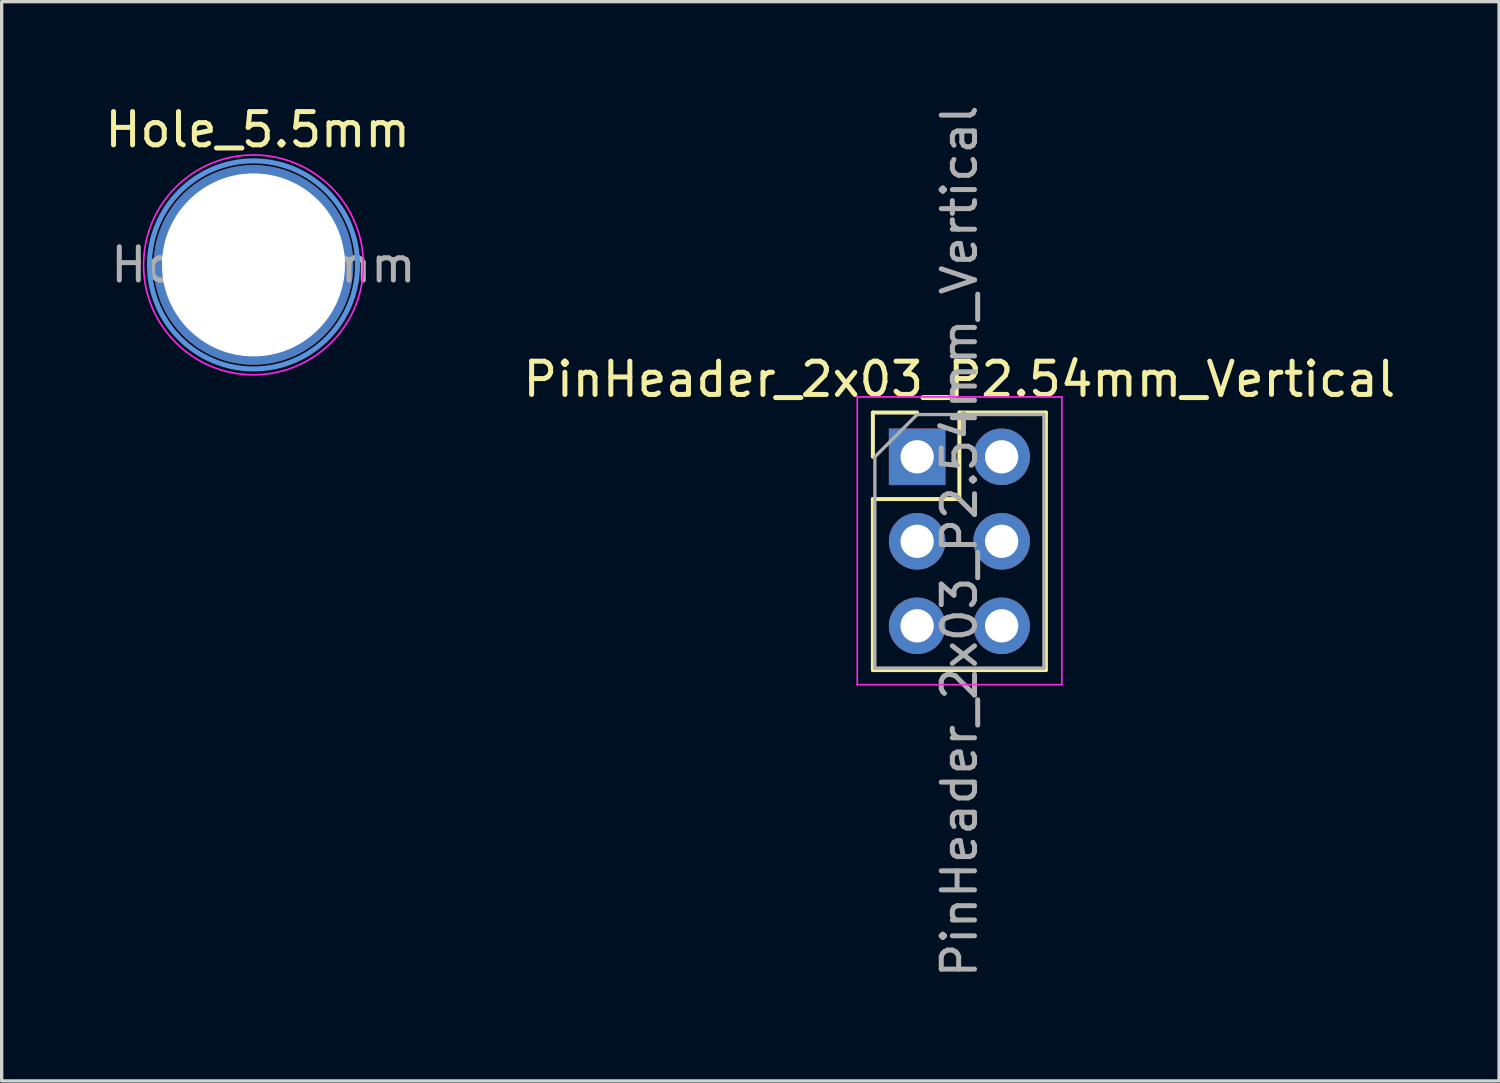
<source format=kicad_pcb>
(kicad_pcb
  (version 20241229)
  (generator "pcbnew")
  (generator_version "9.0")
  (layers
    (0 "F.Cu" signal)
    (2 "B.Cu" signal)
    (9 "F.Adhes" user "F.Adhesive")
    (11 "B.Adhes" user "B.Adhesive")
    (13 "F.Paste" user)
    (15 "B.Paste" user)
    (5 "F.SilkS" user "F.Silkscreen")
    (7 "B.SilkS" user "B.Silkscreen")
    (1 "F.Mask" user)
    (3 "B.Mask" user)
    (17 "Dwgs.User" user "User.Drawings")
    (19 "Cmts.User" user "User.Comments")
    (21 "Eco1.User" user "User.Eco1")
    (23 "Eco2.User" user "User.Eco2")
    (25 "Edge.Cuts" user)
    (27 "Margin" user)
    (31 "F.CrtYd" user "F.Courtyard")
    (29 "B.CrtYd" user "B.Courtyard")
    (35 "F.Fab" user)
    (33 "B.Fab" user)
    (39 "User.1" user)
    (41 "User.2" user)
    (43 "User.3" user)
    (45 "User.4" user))
  (footprint "Hole_5.5mm"
    (layer "F.Cu")
    (at 4.569 4.912)
    (property "Reference" "Hole_5.5mm" (at 0.127 -4.064 0) (layer "F.SilkS") (effects (font (size 1 1) (thickness 0.15))))
    (attr exclude_from_pos_files exclude_from_bom)
    (fp_circle (center 0 0) (end 3.124 0.127) (stroke (width 0.15) (type solid)) (fill no) (layer "Cmts.User"))
    (fp_circle (center 0 0) (end 3.302 0.102) (stroke (width 0.05) (type solid)) (fill no) (layer "F.CrtYd"))
    (fp_text user "${REFERENCE}" (at 0.3 0 0) (layer "F.Fab") (effects (font (size 1 1) (thickness 0.15))))
    (pad "1" thru_hole circle (at 0 0) (size 6 6) (drill 5.5) (layers "*.Cu" "*.Mask")))
  (footprint "PinHeader_2x03_P2.54mm_Vertical"
    (layer "F.Cu")
    (at 24.516 10.68)
    (property "Reference" "PinHeader_2x03_P2.54mm_Vertical" (at 1.27 -2.33 0) (layer "F.SilkS") (effects (font (size 1 1) (thickness 0.15))))
    (attr through_hole)
    (fp_line (start -1.33 -1.33) (end 0 -1.33) (stroke (width 0.12) (type solid)) (layer "F.SilkS"))
    (fp_line (start -1.33 0) (end -1.33 -1.33) (stroke (width 0.12) (type solid)) (layer "F.SilkS"))
    (fp_line (start -1.33 1.27) (end -1.33 6.41) (stroke (width 0.12) (type solid)) (layer "F.SilkS"))
    (fp_line (start -1.33 1.27) (end 1.27 1.27) (stroke (width 0.12) (type solid)) (layer "F.SilkS"))
    (fp_line (start -1.33 6.41) (end 3.87 6.41) (stroke (width 0.12) (type solid)) (layer "F.SilkS"))
    (fp_line (start 1.27 -1.33) (end 3.87 -1.33) (stroke (width 0.12) (type solid)) (layer "F.SilkS"))
    (fp_line (start 1.27 1.27) (end 1.27 -1.33) (stroke (width 0.12) (type solid)) (layer "F.SilkS"))
    (fp_line (start 3.87 -1.33) (end 3.87 6.41) (stroke (width 0.12) (type solid)) (layer "F.SilkS"))
    (fp_line (start -1.8 -1.8) (end -1.8 6.85) (stroke (width 0.05) (type solid)) (layer "F.CrtYd"))
    (fp_line (start -1.8 6.85) (end 4.35 6.85) (stroke (width 0.05) (type solid)) (layer "F.CrtYd"))
    (fp_line (start 4.35 -1.8) (end -1.8 -1.8) (stroke (width 0.05) (type solid)) (layer "F.CrtYd"))
    (fp_line (start 4.35 6.85) (end 4.35 -1.8) (stroke (width 0.05) (type solid)) (layer "F.CrtYd"))
    (fp_line (start -1.27 0) (end 0 -1.27) (stroke (width 0.1) (type solid)) (layer "F.Fab"))
    (fp_line (start -1.27 6.35) (end -1.27 0) (stroke (width 0.1) (type solid)) (layer "F.Fab"))
    (fp_line (start 0 -1.27) (end 3.81 -1.27) (stroke (width 0.1) (type solid)) (layer "F.Fab"))
    (fp_line (start 3.81 -1.27) (end 3.81 6.35) (stroke (width 0.1) (type solid)) (layer "F.Fab"))
    (fp_line (start 3.81 6.35) (end -1.27 6.35) (stroke (width 0.1) (type solid)) (layer "F.Fab"))
    (fp_text user "${REFERENCE}" (at 1.27 2.54 90) (layer "F.Fab") (effects (font (size 1 1) (thickness 0.15))))
    (pad "1" thru_hole rect (at 0 0) (size 1.7 1.7) (drill 1) (layers "*.Cu" "*.Mask"))
    (pad "2" thru_hole oval (at 2.54 0) (size 1.7 1.7) (drill 1) (layers "*.Cu" "*.Mask"))
    (pad "3" thru_hole oval (at 0 2.54) (size 1.7 1.7) (drill 1) (layers "*.Cu" "*.Mask"))
    (pad "4" thru_hole oval (at 2.54 2.54) (size 1.7 1.7) (drill 1) (layers "*.Cu" "*.Mask"))
    (pad "5" thru_hole oval (at 0 5.08) (size 1.7 1.7) (drill 1) (layers "*.Cu" "*.Mask"))
    (pad "6" thru_hole oval (at 2.54 5.08) (size 1.7 1.7) (drill 1) (layers "*.Cu" "*.Mask")))
  (gr_rect
    (start -3 -3)
    (end 42.006 29.44)
    (stroke (width 0.1) (type default))
    (fill no)
    (layer "Edge.Cuts")))
</source>
